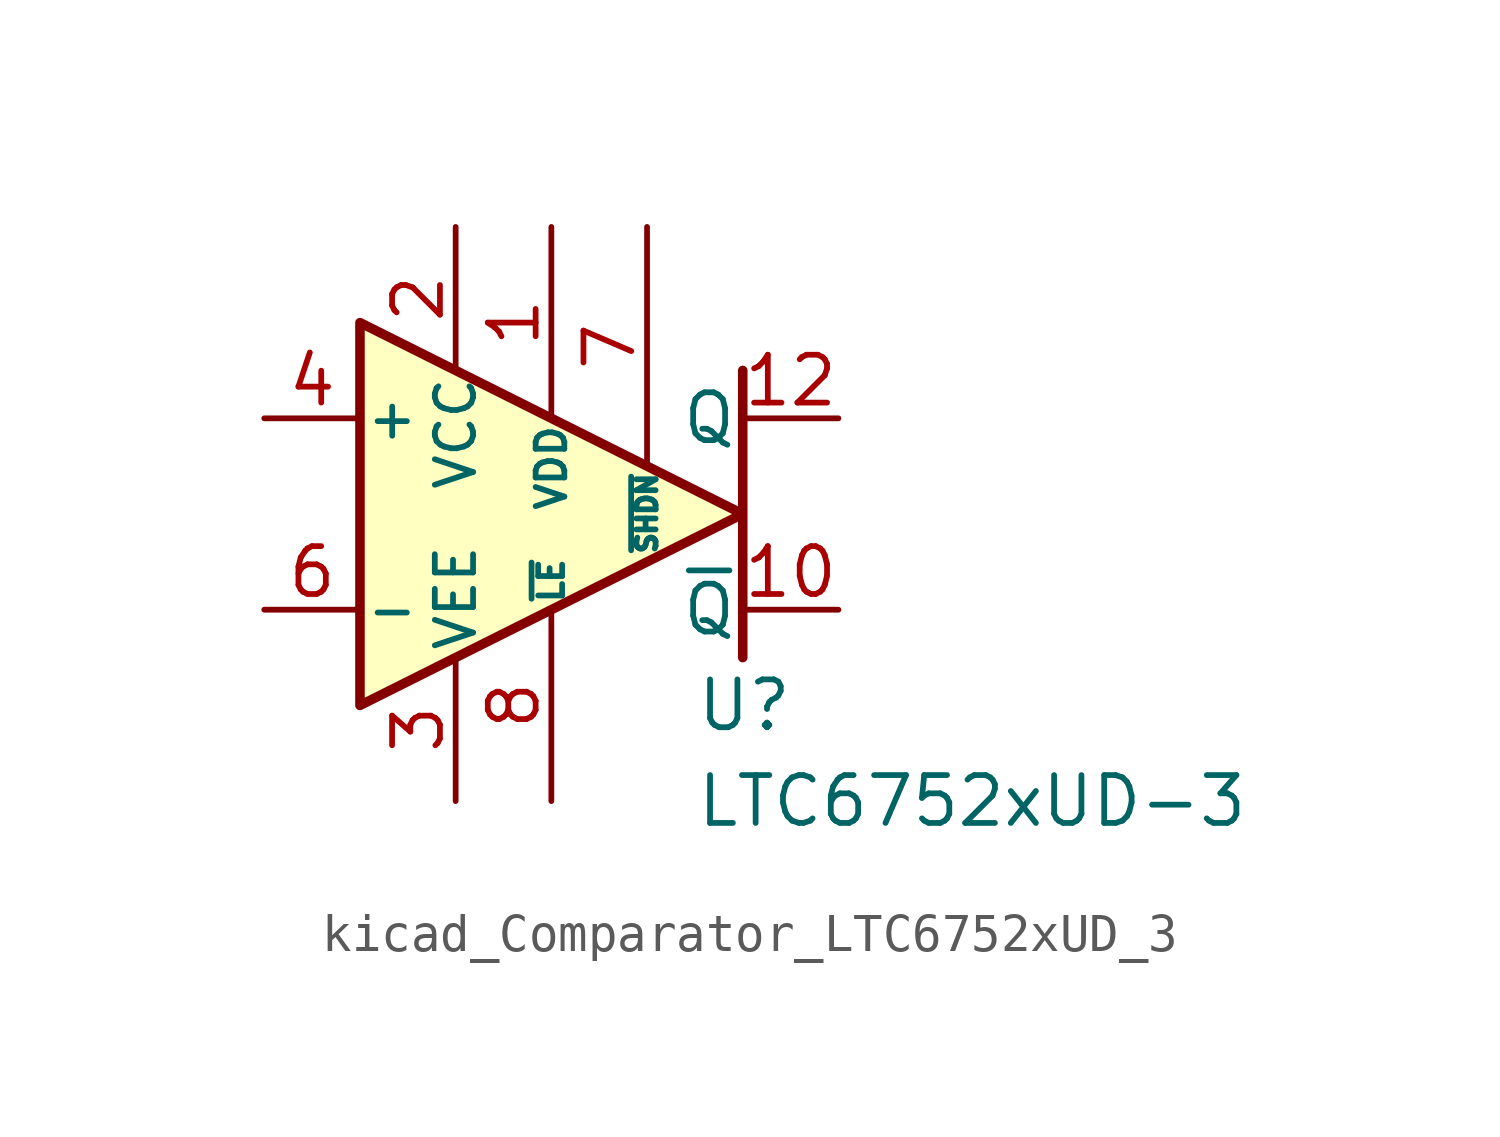
<source format=kicad_sym>
(kicad_symbol_lib
  (version 20220914)
  (generator kicad_symbol_editor)
  (symbol "kicad_Comparator_LTC6752xUD_3"
    (pin_names
      (offset 0.127))
    (property "Reference" "U"
      (at 3.81 -5.08 0)
      (effects (font (size 1.27 1.27)) (justify left)))
    (property "Value" "LTC6752xUD-3"
      (at 3.81 -7.62 0)
      (effects (font (size 1.27 1.27)) (justify left)))
    (symbol "kicad_Comparator_LTC6752xUD_3_0_1"
      (polyline (pts (xy 5.08 3.81) (xy 5.08 0) (xy -5.08 5.08) (xy -5.08 -5.08) (xy 5.08 0) (xy 5.08 -3.81)) (stroke (width 0.254) (type default)) (fill (type background))))
    (symbol "kicad_Comparator_LTC6752xUD_3_1_1"
      (pin power_in line (at 0 7.62 270) (length 5.08) (name "VDD" (effects (font (size 0.762 0.762)))) (number "1" (effects (font (size 1.27 1.27)))))
      (pin output line (at 7.62 -2.54 180) (length 2.54) (name "~{Q}" (effects (font (size 1.27 1.27)))) (number "10" (effects (font (size 1.27 1.27)))))
      (pin no_connect line (at 5.08 0 180) (length 2.54) hide (name "NC" (effects (font (size 1.27 1.27)))) (number "11" (effects (font (size 1.27 1.27)))))
      (pin output line (at 7.62 2.54 180) (length 2.54) (name "Q" (effects (font (size 1.27 1.27)))) (number "12" (effects (font (size 1.27 1.27)))))
      (pin passive line (at -2.54 -7.62 90) (length 3.81) hide (name "VEE" (effects (font (size 1.016 1.016)))) (number "13" (effects (font (size 1.27 1.27)))))
      (pin power_in line (at -2.54 7.62 270) (length 3.81) (name "VCC" (effects (font (size 1.016 1.016)))) (number "2" (effects (font (size 1.27 1.27)))))
      (pin power_in line (at -2.54 -7.62 90) (length 3.81) (name "VEE" (effects (font (size 1.016 1.016)))) (number "3" (effects (font (size 1.27 1.27)))))
      (pin input line (at -7.62 2.54 0) (length 2.54) (name "+" (effects (font (size 1.016 1.016)))) (number "4" (effects (font (size 1.27 1.27)))))
      (pin no_connect line (at -5.08 0 0) (length 2.54) hide (name "NC" (effects (font (size 1.27 1.27)))) (number "5" (effects (font (size 1.27 1.27)))))
      (pin input line (at -7.62 -2.54 0) (length 2.54) (name "-" (effects (font (size 1.016 1.016)))) (number "6" (effects (font (size 1.27 1.27)))))
      (pin input line (at 2.54 7.62 270) (length 6.35) (name "~{SHDN}" (effects (font (size 0.508 0.508)))) (number "7" (effects (font (size 1.27 1.27)))))
      (pin input line (at 0 -7.62 90) (length 5.08) (name "~{LE}" (effects (font (size 0.635 0.635)))) (number "8" (effects (font (size 1.27 1.27)))))
      (pin passive line (at -2.54 -7.62 90) (length 3.81) hide (name "VEE" (effects (font (size 1.016 1.016)))) (number "9" (effects (font (size 1.27 1.27))))))))
</source>
